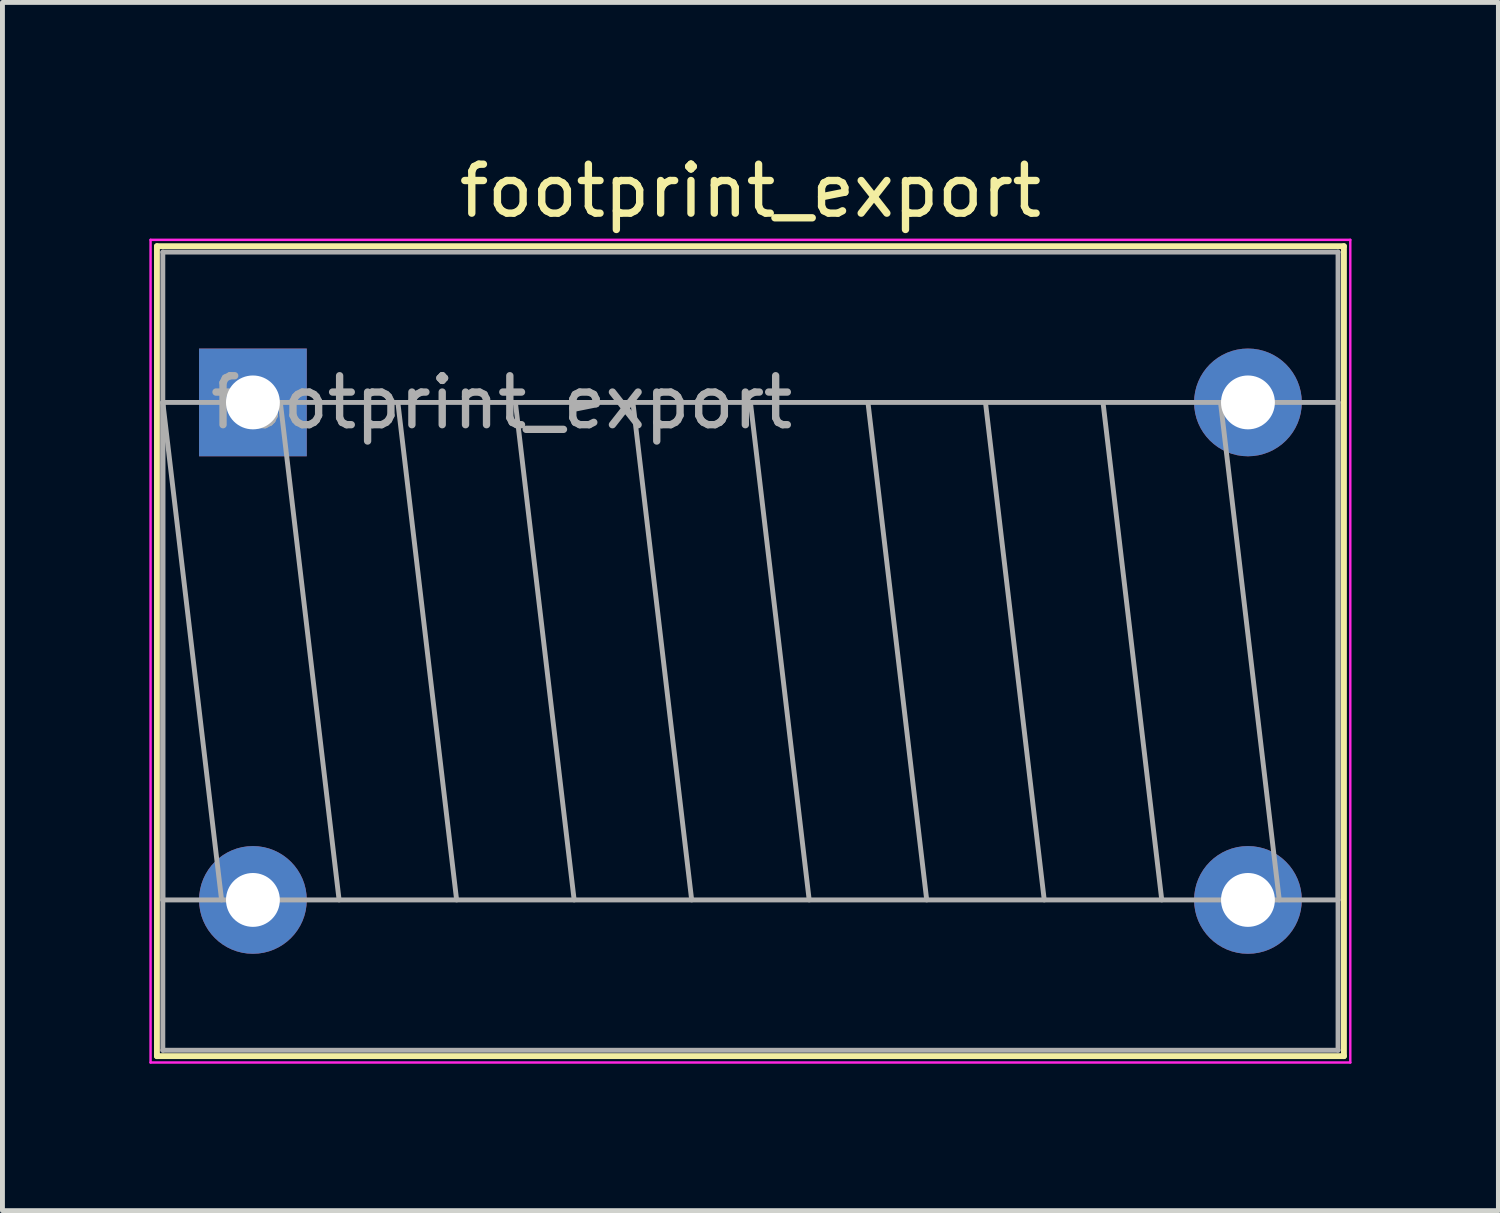
<source format=kicad_pcb>
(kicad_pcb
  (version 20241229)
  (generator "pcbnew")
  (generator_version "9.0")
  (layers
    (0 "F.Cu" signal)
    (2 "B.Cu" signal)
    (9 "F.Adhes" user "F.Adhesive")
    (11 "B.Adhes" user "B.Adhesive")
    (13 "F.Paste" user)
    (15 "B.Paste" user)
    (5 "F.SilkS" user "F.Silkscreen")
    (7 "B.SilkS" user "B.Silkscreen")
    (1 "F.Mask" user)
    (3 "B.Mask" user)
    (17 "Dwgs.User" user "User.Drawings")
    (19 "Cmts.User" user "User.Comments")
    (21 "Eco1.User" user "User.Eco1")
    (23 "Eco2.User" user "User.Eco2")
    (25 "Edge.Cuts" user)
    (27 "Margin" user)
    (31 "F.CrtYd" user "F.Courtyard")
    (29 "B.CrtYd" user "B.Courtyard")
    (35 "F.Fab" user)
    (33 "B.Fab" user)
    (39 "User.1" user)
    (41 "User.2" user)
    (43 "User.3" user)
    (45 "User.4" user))
  (footprint "footprint_export"
    (layer "F.Cu")
    (at 2.115 5.168)
    (property "Reference" "footprint_export" (at 10.16 -4.32 0) (layer "F.SilkS") (effects (font (size 1 1) (thickness 0.15))))
    (attr through_hole)
    (fp_line (start -1.96 -3.19) (end -1.96 13.35) (stroke (width 0.12) (type solid)) (layer "F.SilkS"))
    (fp_line (start -1.96 -3.19) (end 22.28 -3.19) (stroke (width 0.12) (type solid)) (layer "F.SilkS"))
    (fp_line (start -1.96 13.35) (end 22.28 13.35) (stroke (width 0.12) (type solid)) (layer "F.SilkS"))
    (fp_line (start 22.28 -3.19) (end 22.28 13.35) (stroke (width 0.12) (type solid)) (layer "F.SilkS"))
    (fp_line (start -2.09 -3.32) (end -2.09 13.48) (stroke (width 0.05) (type solid)) (layer "F.CrtYd"))
    (fp_line (start -2.09 13.48) (end 22.41 13.48) (stroke (width 0.05) (type solid)) (layer "F.CrtYd"))
    (fp_line (start 22.41 -3.32) (end -2.09 -3.32) (stroke (width 0.05) (type solid)) (layer "F.CrtYd"))
    (fp_line (start 22.41 13.48) (end 22.41 -3.32) (stroke (width 0.05) (type solid)) (layer "F.CrtYd"))
    (fp_line (start -1.84 -3.07) (end -1.84 13.23) (stroke (width 0.1) (type solid)) (layer "F.Fab"))
    (fp_line (start -1.84 0) (end -1.84 10.16) (stroke (width 0.1) (type solid)) (layer "F.Fab"))
    (fp_line (start -1.84 0) (end -0.64 10.16) (stroke (width 0.1) (type solid)) (layer "F.Fab"))
    (fp_line (start -1.84 10.16) (end 22.16 10.16) (stroke (width 0.1) (type solid)) (layer "F.Fab"))
    (fp_line (start -1.84 13.23) (end 22.16 13.23) (stroke (width 0.1) (type solid)) (layer "F.Fab"))
    (fp_line (start 0.56 0) (end 1.76 10.16) (stroke (width 0.1) (type solid)) (layer "F.Fab"))
    (fp_line (start 2.96 0) (end 4.16 10.16) (stroke (width 0.1) (type solid)) (layer "F.Fab"))
    (fp_line (start 5.36 0) (end 6.56 10.16) (stroke (width 0.1) (type solid)) (layer "F.Fab"))
    (fp_line (start 7.76 0) (end 8.96 10.16) (stroke (width 0.1) (type solid)) (layer "F.Fab"))
    (fp_line (start 10.16 0) (end 11.36 10.16) (stroke (width 0.1) (type solid)) (layer "F.Fab"))
    (fp_line (start 12.56 0) (end 13.76 10.16) (stroke (width 0.1) (type solid)) (layer "F.Fab"))
    (fp_line (start 14.96 0) (end 16.16 10.16) (stroke (width 0.1) (type solid)) (layer "F.Fab"))
    (fp_line (start 17.36 0) (end 18.56 10.16) (stroke (width 0.1) (type solid)) (layer "F.Fab"))
    (fp_line (start 19.76 0) (end 20.96 10.16) (stroke (width 0.1) (type solid)) (layer "F.Fab"))
    (fp_line (start 22.16 -3.07) (end -1.84 -3.07) (stroke (width 0.1) (type solid)) (layer "F.Fab"))
    (fp_line (start 22.16 0) (end -1.84 0) (stroke (width 0.1) (type solid)) (layer "F.Fab"))
    (fp_line (start 22.16 10.16) (end 22.16 0) (stroke (width 0.1) (type solid)) (layer "F.Fab"))
    (fp_line (start 22.16 13.23) (end 22.16 -3.07) (stroke (width 0.1) (type solid)) (layer "F.Fab"))
    (fp_text user "${REFERENCE}" (at 5.08 0 0) (layer "F.Fab") (effects (font (size 1 1) (thickness 0.15))))
    (pad "1" thru_hole rect (at 0 0) (size 2.2 2.2) (drill 1.1) (layers "*.Cu" "*.Mask"))
    (pad "2" thru_hole circle (at 0 10.16) (size 2.2 2.2) (drill 1.1) (layers "*.Cu" "*.Mask"))
    (pad "3" thru_hole circle (at 20.32 10.16) (size 2.2 2.2) (drill 1.1) (layers "*.Cu" "*.Mask"))
    (pad "4" thru_hole circle (at 20.32 0) (size 2.2 2.2) (drill 1.1) (layers "*.Cu" "*.Mask")))
  (gr_rect
    (start -3 -3)
    (end 27.55 21.673)
    (stroke (width 0.1) (type default))
    (fill no)
    (layer "Edge.Cuts")))
</source>
